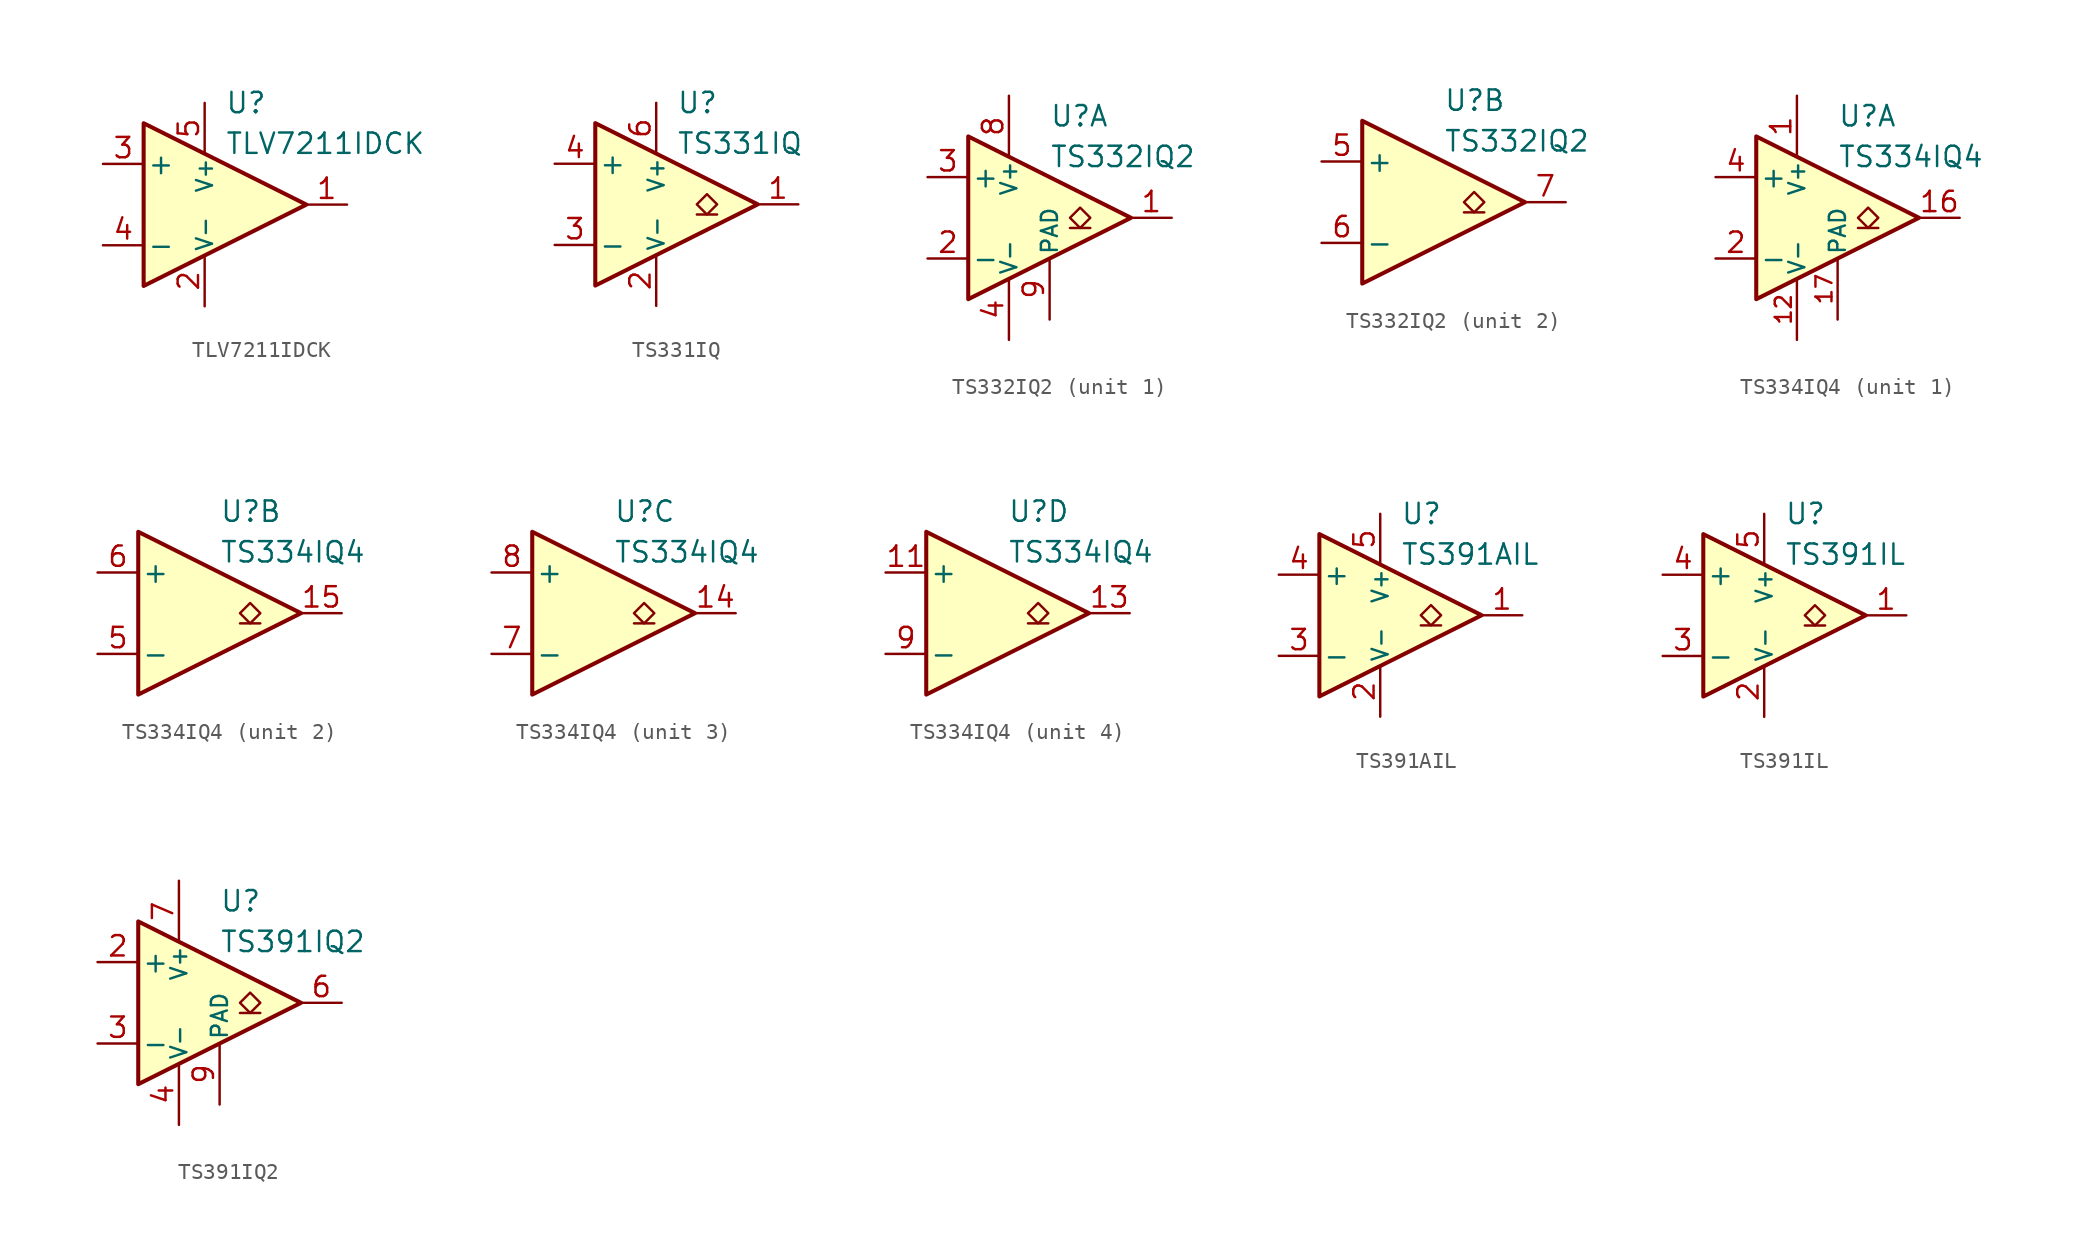
<source format=kicad_sym>
(kicad_symbol_lib
  (version 20231120)
  (generator "kicad_symbol_editor")
  (generator_version "8.0")
  (symbol "TLV7211IDCK"
    (pin_names
      (offset 0.2))
    (property "Reference" "U"
      (at 1.27 6.35 0)
      (effects (font (size 1.27 1.27)) (justify left)))
    (property "Value" "TLV7211IDCK"
      (at 1.27 3.81 0)
      (effects (font (size 1.27 1.27)) (justify left)))
    (symbol "TLV7211IDCK_0_1"
      (polyline (pts (xy -3.81 5.08) (xy -3.81 -5.08) (xy 6.35 0) (xy -3.81 5.08)) (stroke (width 0.254) (type default)) (fill (type background))))
    (symbol "TLV7211IDCK_1_1"
      (pin output line (at 8.89 0 180) (length 2.54) (name "~" (effects (font (size 1.27 1.27)))) (number "1" (effects (font (size 1.27 1.27)))))
      (pin power_in line (at 0 -6.35 90) (length 3.18) (name "V-" (effects (font (size 1 1)))) (number "2" (effects (font (size 1.27 1.27)))))
      (pin input line (at -6.35 2.54 0) (length 2.54) (name "+" (effects (font (size 1.27 1.27)))) (number "3" (effects (font (size 1.27 1.27)))))
      (pin input line (at -6.35 -2.54 0) (length 2.54) (name "-" (effects (font (size 1.27 1.27)))) (number "4" (effects (font (size 1.27 1.27)))))
      (pin power_in line (at 0 6.35 270) (length 3.18) (name "V+" (effects (font (size 1 1)))) (number "5" (effects (font (size 1.27 1.27)))))
      (pin no_connect line (at -1.27 0 0) (length 2.54) hide (name "NC" (effects (font (size 1.27 1.27)))) (number "6" (effects (font (size 1.27 1.27)))))))
  (symbol "TS331IQ"
    (pin_names
      (offset 0.2))
    (property "Reference" "U"
      (at 1.27 6.35 0)
      (effects (font (size 1.27 1.27)) (justify left)))
    (property "Value" "TS331IQ"
      (at 1.27 3.81 0)
      (effects (font (size 1.27 1.27)) (justify left)))
    (symbol "TS331IQ_0_1"
      (polyline (pts (xy -3.81 5.08) (xy -3.81 -5.08) (xy 6.35 0) (xy -3.81 5.08)) (stroke (width 0.254) (type default)) (fill (type background))))
    (symbol "TS331IQ_1_1"
      (polyline (pts (xy 3.81 -0.635) (xy 2.54 -0.635)) (stroke (width 0.152) (type default)) (fill (type none)))
      (polyline (pts (xy 3.175 -0.635) (xy 2.54 0) (xy 3.175 0.635) (xy 3.81 0) (xy 3.175 -0.635)) (stroke (width 0.152) (type default)) (fill (type none)))
      (pin open_collector line (at 8.89 0 180) (length 2.54) (name "~" (effects (font (size 1.27 1.27)))) (number "1" (effects (font (size 1.27 1.27)))))
      (pin power_in line (at 0 -6.35 90) (length 3.18) (name "V-" (effects (font (size 1 1)))) (number "2" (effects (font (size 1.27 1.27)))))
      (pin input line (at -6.35 -2.54 0) (length 2.54) (name "-" (effects (font (size 1.27 1.27)))) (number "3" (effects (font (size 1.27 1.27)))))
      (pin input line (at -6.35 2.54 0) (length 2.54) (name "+" (effects (font (size 1.27 1.27)))) (number "4" (effects (font (size 1.27 1.27)))))
      (pin no_connect line (at -1.27 0 0) (length 2.54) hide (name "NC" (effects (font (size 1.27 1.27)))) (number "5" (effects (font (size 1.27 1.27)))))
      (pin power_in line (at 0 6.35 270) (length 3.18) (name "V+" (effects (font (size 1 1)))) (number "6" (effects (font (size 1.27 1.27)))))))
  (symbol "TS332IQ2"
    (pin_names
      (offset 0.2))
    (property "Reference" "U"
      (at 1.27 6.35 0)
      (effects (font (size 1.27 1.27)) (justify left)))
    (property "Value" "TS332IQ2"
      (at 1.27 3.81 0)
      (effects (font (size 1.27 1.27)) (justify left)))
    (property "ki_locked" ""
      (at 0 0 0)
      (effects (font (size 1.27 1.27))))
    (symbol "TS332IQ2_0_1"
      (polyline (pts (xy -3.81 5.08) (xy -3.81 -5.08) (xy 6.35 0) (xy -3.81 5.08)) (stroke (width 0.254) (type default)) (fill (type background))))
    (symbol "TS332IQ2_1_1"
      (polyline (pts (xy 3.81 -0.635) (xy 2.54 -0.635)) (stroke (width 0.152) (type default)) (fill (type none)))
      (polyline (pts (xy 3.175 -0.635) (xy 2.54 0) (xy 3.175 0.635) (xy 3.81 0) (xy 3.175 -0.635)) (stroke (width 0.152) (type default)) (fill (type none)))
      (pin open_collector line (at 8.89 0 180) (length 2.54) (name "~" (effects (font (size 1.27 1.27)))) (number "1" (effects (font (size 1.27 1.27)))))
      (pin input line (at -6.35 -2.54 0) (length 2.54) (name "-" (effects (font (size 1.27 1.27)))) (number "2" (effects (font (size 1.27 1.27)))))
      (pin input line (at -6.35 2.54 0) (length 2.54) (name "+" (effects (font (size 1.27 1.27)))) (number "3" (effects (font (size 1.27 1.27)))))
      (pin power_in line (at -1.27 -7.62 90) (length 3.81) (name "V-" (effects (font (size 1 1)))) (number "4" (effects (font (size 1.27 1.27)))))
      (pin power_in line (at -1.27 7.62 270) (length 3.81) (name "V+" (effects (font (size 1 1)))) (number "8" (effects (font (size 1.27 1.27)))))
      (pin power_in line (at 1.27 -6.35 90) (length 3.81) (name "PAD" (effects (font (size 1 1)))) (number "9" (effects (font (size 1.27 1.27))))))
    (symbol "TS332IQ2_2_1"
      (polyline (pts (xy 3.81 -0.635) (xy 2.54 -0.635)) (stroke (width 0.152) (type default)) (fill (type none)))
      (polyline (pts (xy 3.175 -0.635) (xy 2.54 0) (xy 3.175 0.635) (xy 3.81 0) (xy 3.175 -0.635)) (stroke (width 0.152) (type default)) (fill (type none)))
      (pin input line (at -6.35 2.54 0) (length 2.54) (name "+" (effects (font (size 1.27 1.27)))) (number "5" (effects (font (size 1.27 1.27)))))
      (pin input line (at -6.35 -2.54 0) (length 2.54) (name "-" (effects (font (size 1.27 1.27)))) (number "6" (effects (font (size 1.27 1.27)))))
      (pin open_collector line (at 8.89 0 180) (length 2.54) (name "~" (effects (font (size 1.27 1.27)))) (number "7" (effects (font (size 1.27 1.27)))))))
  (symbol "TS334IQ4"
    (pin_names
      (offset 0.2))
    (property "Reference" "U"
      (at 1.27 6.35 0)
      (effects (font (size 1.27 1.27)) (justify left)))
    (property "Value" "TS334IQ4"
      (at 1.27 3.81 0)
      (effects (font (size 1.27 1.27)) (justify left)))
    (property "ki_locked" ""
      (at 0 0 0)
      (effects (font (size 1.27 1.27))))
    (symbol "TS334IQ4_0_1"
      (polyline (pts (xy -3.81 5.08) (xy -3.81 -5.08) (xy 6.35 0) (xy -3.81 5.08)) (stroke (width 0.254) (type default)) (fill (type background))))
    (symbol "TS334IQ4_1_1"
      (polyline (pts (xy 3.81 -0.635) (xy 2.54 -0.635)) (stroke (width 0.152) (type default)) (fill (type none)))
      (polyline (pts (xy 3.175 -0.635) (xy 2.54 0) (xy 3.175 0.635) (xy 3.81 0) (xy 3.175 -0.635)) (stroke (width 0.152) (type default)) (fill (type none)))
      (pin power_in line (at -1.27 7.62 270) (length 3.81) (name "V+" (effects (font (size 1 1)))) (number "1" (effects (font (size 1.27 1.27)))))
      (pin no_connect line (at -2.54 -1.27 0) (length 2.54) hide (name "NC" (effects (font (size 1.27 1.27)))) (number "10" (effects (font (size 1.27 1.27)))))
      (pin power_in line (at -1.27 -7.62 90) (length 3.81) (name "V-" (effects (font (size 1 1)))) (number "12" (effects (font (size 1 1)))))
      (pin open_collector line (at 8.89 0 180) (length 2.54) (name "~" (effects (font (size 1.27 1.27)))) (number "16" (effects (font (size 1.27 1.27)))))
      (pin power_in line (at 1.27 -6.35 90) (length 3.81) (name "PAD" (effects (font (size 1 1)))) (number "17" (effects (font (size 1 1)))))
      (pin input line (at -6.35 -2.54 0) (length 2.54) (name "-" (effects (font (size 1.27 1.27)))) (number "2" (effects (font (size 1.27 1.27)))))
      (pin no_connect line (at -2.54 1.27 0) (length 2.54) hide (name "NC" (effects (font (size 1.27 1.27)))) (number "3" (effects (font (size 1.27 1.27)))))
      (pin input line (at -6.35 2.54 0) (length 2.54) (name "+" (effects (font (size 1.27 1.27)))) (number "4" (effects (font (size 1.27 1.27))))))
    (symbol "TS334IQ4_2_1"
      (polyline (pts (xy 3.81 -0.635) (xy 2.54 -0.635)) (stroke (width 0.152) (type default)) (fill (type none)))
      (polyline (pts (xy 3.175 -0.635) (xy 2.54 0) (xy 3.175 0.635) (xy 3.81 0) (xy 3.175 -0.635)) (stroke (width 0.152) (type default)) (fill (type none)))
      (pin open_collector line (at 8.89 0 180) (length 2.54) (name "~" (effects (font (size 1.27 1.27)))) (number "15" (effects (font (size 1.27 1.27)))))
      (pin input line (at -6.35 -2.54 0) (length 2.54) (name "-" (effects (font (size 1.27 1.27)))) (number "5" (effects (font (size 1.27 1.27)))))
      (pin input line (at -6.35 2.54 0) (length 2.54) (name "+" (effects (font (size 1.27 1.27)))) (number "6" (effects (font (size 1.27 1.27))))))
    (symbol "TS334IQ4_3_1"
      (polyline (pts (xy 3.81 -0.635) (xy 2.54 -0.635)) (stroke (width 0.152) (type default)) (fill (type none)))
      (polyline (pts (xy 3.175 -0.635) (xy 2.54 0) (xy 3.175 0.635) (xy 3.81 0) (xy 3.175 -0.635)) (stroke (width 0.152) (type default)) (fill (type none)))
      (pin open_collector line (at 8.89 0 180) (length 2.54) (name "~" (effects (font (size 1.27 1.27)))) (number "14" (effects (font (size 1.27 1.27)))))
      (pin input line (at -6.35 -2.54 0) (length 2.54) (name "-" (effects (font (size 1.27 1.27)))) (number "7" (effects (font (size 1.27 1.27)))))
      (pin input line (at -6.35 2.54 0) (length 2.54) (name "+" (effects (font (size 1.27 1.27)))) (number "8" (effects (font (size 1.27 1.27))))))
    (symbol "TS334IQ4_4_1"
      (polyline (pts (xy 3.81 -0.635) (xy 2.54 -0.635)) (stroke (width 0.152) (type default)) (fill (type none)))
      (polyline (pts (xy 3.175 -0.635) (xy 2.54 0) (xy 3.175 0.635) (xy 3.81 0) (xy 3.175 -0.635)) (stroke (width 0.152) (type default)) (fill (type none)))
      (pin input line (at -6.35 2.54 0) (length 2.54) (name "+" (effects (font (size 1.27 1.27)))) (number "11" (effects (font (size 1.27 1.27)))))
      (pin open_collector line (at 8.89 0 180) (length 2.54) (name "~" (effects (font (size 1.27 1.27)))) (number "13" (effects (font (size 1.27 1.27)))))
      (pin input line (at -6.35 -2.54 0) (length 2.54) (name "-" (effects (font (size 1.27 1.27)))) (number "9" (effects (font (size 1.27 1.27)))))))
  (symbol "TS391AIL"
    (pin_names
      (offset 0.2))
    (property "Reference" "U"
      (at 1.27 6.35 0)
      (effects (font (size 1.27 1.27)) (justify left)))
    (property "Value" "TS391AIL"
      (at 1.27 3.81 0)
      (effects (font (size 1.27 1.27)) (justify left)))
    (symbol "TS391AIL_0_1"
      (polyline (pts (xy -3.81 5.08) (xy -3.81 -5.08) (xy 6.35 0) (xy -3.81 5.08)) (stroke (width 0.254) (type default)) (fill (type background))))
    (symbol "TS391AIL_1_1"
      (polyline (pts (xy 3.81 -0.635) (xy 2.54 -0.635)) (stroke (width 0.152) (type default)) (fill (type none)))
      (polyline (pts (xy 3.175 -0.635) (xy 2.54 0) (xy 3.175 0.635) (xy 3.81 0) (xy 3.175 -0.635)) (stroke (width 0.152) (type default)) (fill (type none)))
      (pin open_collector line (at 8.89 0 180) (length 2.54) (name "~" (effects (font (size 1.27 1.27)))) (number "1" (effects (font (size 1.27 1.27)))))
      (pin power_in line (at 0 -6.35 90) (length 3.18) (name "V-" (effects (font (size 1 1)))) (number "2" (effects (font (size 1.27 1.27)))))
      (pin input line (at -6.35 -2.54 0) (length 2.54) (name "-" (effects (font (size 1.27 1.27)))) (number "3" (effects (font (size 1.27 1.27)))))
      (pin input line (at -6.35 2.54 0) (length 2.54) (name "+" (effects (font (size 1.27 1.27)))) (number "4" (effects (font (size 1.27 1.27)))))
      (pin power_in line (at 0 6.35 270) (length 3.18) (name "V+" (effects (font (size 1 1)))) (number "5" (effects (font (size 1.27 1.27)))))))
  (symbol "TS391IL"
    (pin_names
      (offset 0.2))
    (property "Reference" "U"
      (at 1.27 6.35 0)
      (effects (font (size 1.27 1.27)) (justify left)))
    (property "Value" "TS391IL"
      (at 1.27 3.81 0)
      (effects (font (size 1.27 1.27)) (justify left)))
    (symbol "TS391IL_0_1"
      (polyline (pts (xy -3.81 5.08) (xy -3.81 -5.08) (xy 6.35 0) (xy -3.81 5.08)) (stroke (width 0.254) (type default)) (fill (type background))))
    (symbol "TS391IL_1_1"
      (polyline (pts (xy 3.81 -0.635) (xy 2.54 -0.635)) (stroke (width 0.152) (type default)) (fill (type none)))
      (polyline (pts (xy 3.175 -0.635) (xy 2.54 0) (xy 3.175 0.635) (xy 3.81 0) (xy 3.175 -0.635)) (stroke (width 0.152) (type default)) (fill (type none)))
      (pin open_collector line (at 8.89 0 180) (length 2.54) (name "~" (effects (font (size 1.27 1.27)))) (number "1" (effects (font (size 1.27 1.27)))))
      (pin power_in line (at 0 -6.35 90) (length 3.18) (name "V-" (effects (font (size 1 1)))) (number "2" (effects (font (size 1.27 1.27)))))
      (pin input line (at -6.35 -2.54 0) (length 2.54) (name "-" (effects (font (size 1.27 1.27)))) (number "3" (effects (font (size 1.27 1.27)))))
      (pin input line (at -6.35 2.54 0) (length 2.54) (name "+" (effects (font (size 1.27 1.27)))) (number "4" (effects (font (size 1.27 1.27)))))
      (pin power_in line (at 0 6.35 270) (length 3.18) (name "V+" (effects (font (size 1 1)))) (number "5" (effects (font (size 1.27 1.27)))))))
  (symbol "TS391IQ2"
    (pin_names
      (offset 0.2))
    (property "Reference" "U"
      (at 1.27 6.35 0)
      (effects (font (size 1.27 1.27)) (justify left)))
    (property "Value" "TS391IQ2"
      (at 1.27 3.81 0)
      (effects (font (size 1.27 1.27)) (justify left)))
    (symbol "TS391IQ2_0_1"
      (polyline (pts (xy -3.81 5.08) (xy -3.81 -5.08) (xy 6.35 0) (xy -3.81 5.08)) (stroke (width 0.254) (type default)) (fill (type background))))
    (symbol "TS391IQ2_1_1"
      (polyline (pts (xy 3.81 -0.635) (xy 2.54 -0.635)) (stroke (width 0.152) (type default)) (fill (type none)))
      (polyline (pts (xy 3.175 -0.635) (xy 2.54 0) (xy 3.175 0.635) (xy 3.81 0) (xy 3.175 -0.635)) (stroke (width 0.152) (type default)) (fill (type none)))
      (pin no_connect line (at -2.54 1.27 0) (length 2.54) hide (name "NC" (effects (font (size 1.27 1.27)))) (number "1" (effects (font (size 1.27 1.27)))))
      (pin input line (at -6.35 2.54 0) (length 2.54) (name "+" (effects (font (size 1.27 1.27)))) (number "2" (effects (font (size 1.27 1.27)))))
      (pin input line (at -6.35 -2.54 0) (length 2.54) (name "-" (effects (font (size 1.27 1.27)))) (number "3" (effects (font (size 1.27 1.27)))))
      (pin power_in line (at -1.27 -7.62 90) (length 3.81) (name "V-" (effects (font (size 1 1)))) (number "4" (effects (font (size 1.27 1.27)))))
      (pin no_connect line (at -2.54 -1.27 0) (length 2.54) hide (name "NC" (effects (font (size 1.27 1.27)))) (number "5" (effects (font (size 1.27 1.27)))))
      (pin open_collector line (at 8.89 0 180) (length 2.54) (name "~" (effects (font (size 1.27 1.27)))) (number "6" (effects (font (size 1.27 1.27)))))
      (pin power_in line (at -1.27 7.62 270) (length 3.81) (name "V+" (effects (font (size 1 1)))) (number "7" (effects (font (size 1.27 1.27)))))
      (pin no_connect line (at -2.54 0 0) (length 2.54) hide (name "NC" (effects (font (size 1.27 1.27)))) (number "8" (effects (font (size 1.27 1.27)))))
      (pin power_in line (at 1.27 -6.35 90) (length 3.81) (name "PAD" (effects (font (size 1 1)))) (number "9" (effects (font (size 1.27 1.27))))))))
</source>
